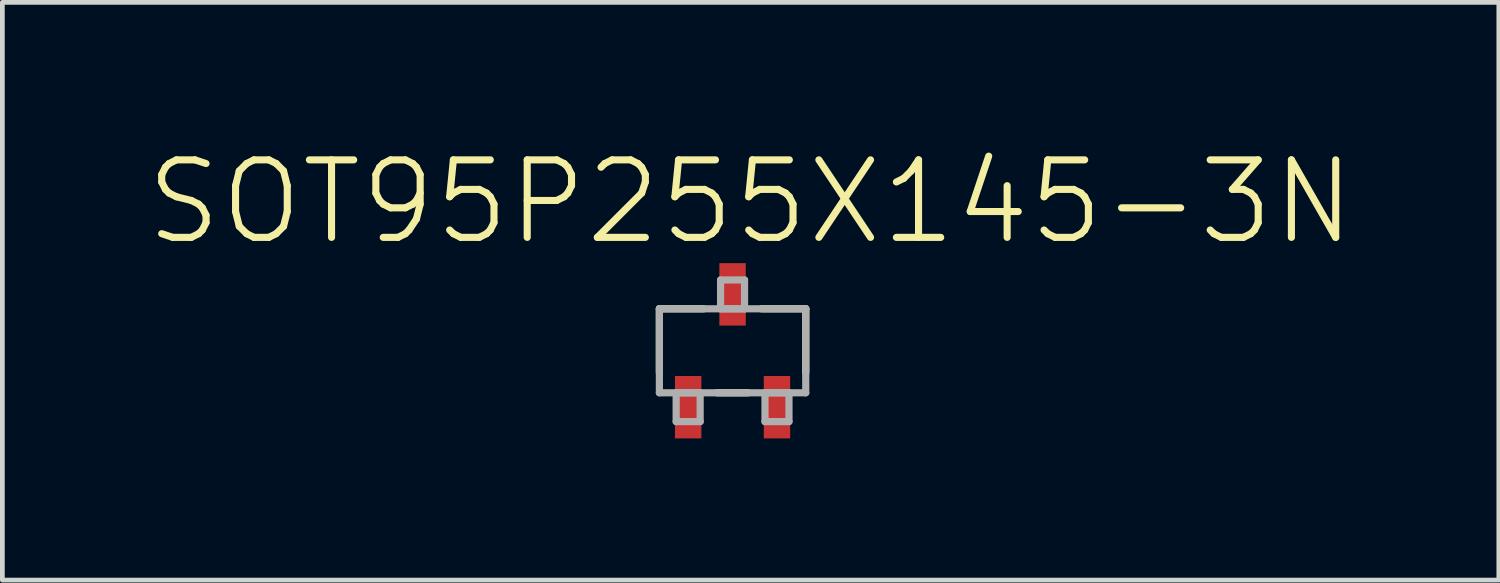
<source format=kicad_pcb>
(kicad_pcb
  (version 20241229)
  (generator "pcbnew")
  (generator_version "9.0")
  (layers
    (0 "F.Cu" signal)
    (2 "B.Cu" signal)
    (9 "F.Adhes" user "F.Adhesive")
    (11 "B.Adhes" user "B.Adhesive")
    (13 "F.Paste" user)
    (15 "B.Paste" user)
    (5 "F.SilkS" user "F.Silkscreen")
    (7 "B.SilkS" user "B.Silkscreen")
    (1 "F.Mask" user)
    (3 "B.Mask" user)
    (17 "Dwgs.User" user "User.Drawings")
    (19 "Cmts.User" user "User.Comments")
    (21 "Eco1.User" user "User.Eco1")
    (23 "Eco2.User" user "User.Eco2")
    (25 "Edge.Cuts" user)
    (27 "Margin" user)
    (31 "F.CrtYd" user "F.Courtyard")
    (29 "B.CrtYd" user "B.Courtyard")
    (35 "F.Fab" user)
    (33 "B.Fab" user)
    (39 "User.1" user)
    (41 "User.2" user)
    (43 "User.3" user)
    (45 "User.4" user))
  (footprint "SOT95P255X145-3N"
    (layer "F.Cu")
    (at 12.456 4.375)
    (property "Reference" "SOT95P255X145-3N" (at 0.381 -3.152 0) (layer "F.SilkS") (effects (font (size 1.641 1.641) (thickness 0.15))))
    (attr through_hole)
    (fp_line (start -1.549 -0.889) (end -1.549 0.457) (stroke (width 0.152) (type solid)) (layer "F.SilkS"))
    (fp_line (start -0.61 -0.889) (end -1.549 -0.889) (stroke (width 0.152) (type solid)) (layer "F.SilkS"))
    (fp_line (start -0.33 0.889) (end 0.33 0.889) (stroke (width 0.152) (type solid)) (layer "F.SilkS"))
    (fp_line (start 1.549 -0.889) (end 0.61 -0.889) (stroke (width 0.152) (type solid)) (layer "F.SilkS"))
    (fp_line (start 1.549 0.457) (end 1.549 -0.889) (stroke (width 0.152) (type solid)) (layer "F.SilkS"))
    (fp_line (start -1.549 -0.889) (end -1.549 0.889) (stroke (width 0.152) (type solid)) (layer "F.Fab"))
    (fp_line (start -1.549 0.889) (end 1.549 0.889) (stroke (width 0.152) (type solid)) (layer "F.Fab"))
    (fp_line (start -1.194 0.889) (end -1.194 1.499) (stroke (width 0.152) (type solid)) (layer "F.Fab"))
    (fp_line (start -1.194 1.499) (end -0.686 1.499) (stroke (width 0.152) (type solid)) (layer "F.Fab"))
    (fp_line (start -0.686 0.889) (end -1.194 0.889) (stroke (width 0.152) (type solid)) (layer "F.Fab"))
    (fp_line (start -0.686 1.499) (end -0.686 0.889) (stroke (width 0.152) (type solid)) (layer "F.Fab"))
    (fp_line (start -0.254 -1.499) (end -0.254 -0.889) (stroke (width 0.152) (type solid)) (layer "F.Fab"))
    (fp_line (start -0.254 -0.889) (end 0.254 -0.889) (stroke (width 0.152) (type solid)) (layer "F.Fab"))
    (fp_line (start 0.254 -1.499) (end -0.254 -1.499) (stroke (width 0.152) (type solid)) (layer "F.Fab"))
    (fp_line (start 0.254 -0.889) (end 0.254 -1.499) (stroke (width 0.152) (type solid)) (layer "F.Fab"))
    (fp_line (start 0.686 0.889) (end 0.686 1.499) (stroke (width 0.152) (type solid)) (layer "F.Fab"))
    (fp_line (start 0.686 1.499) (end 1.194 1.499) (stroke (width 0.152) (type solid)) (layer "F.Fab"))
    (fp_line (start 1.194 0.889) (end 0.686 0.889) (stroke (width 0.152) (type solid)) (layer "F.Fab"))
    (fp_line (start 1.194 1.499) (end 1.194 0.889) (stroke (width 0.152) (type solid)) (layer "F.Fab"))
    (fp_line (start 1.549 -0.889) (end -1.549 -0.889) (stroke (width 0.152) (type solid)) (layer "F.Fab"))
    (fp_line (start 1.549 0.889) (end 1.549 -0.889) (stroke (width 0.152) (type solid)) (layer "F.Fab"))
    (pad "1" smd rect (at -0.94 1.194) (size 0.559 1.321) (layers "F.Cu" "F.Mask" "F.Paste"))
    (pad "2" smd rect (at 0.94 1.194) (size 0.559 1.321) (layers "F.Cu" "F.Mask" "F.Paste"))
    (pad "3" smd rect (at 0 -1.194) (size 0.559 1.321) (layers "F.Cu" "F.Mask" "F.Paste")))
  (gr_rect
    (start -3 -3)
    (end 28.675 9.229)
    (stroke (width 0.1) (type default))
    (fill no)
    (layer "Edge.Cuts")))
</source>
